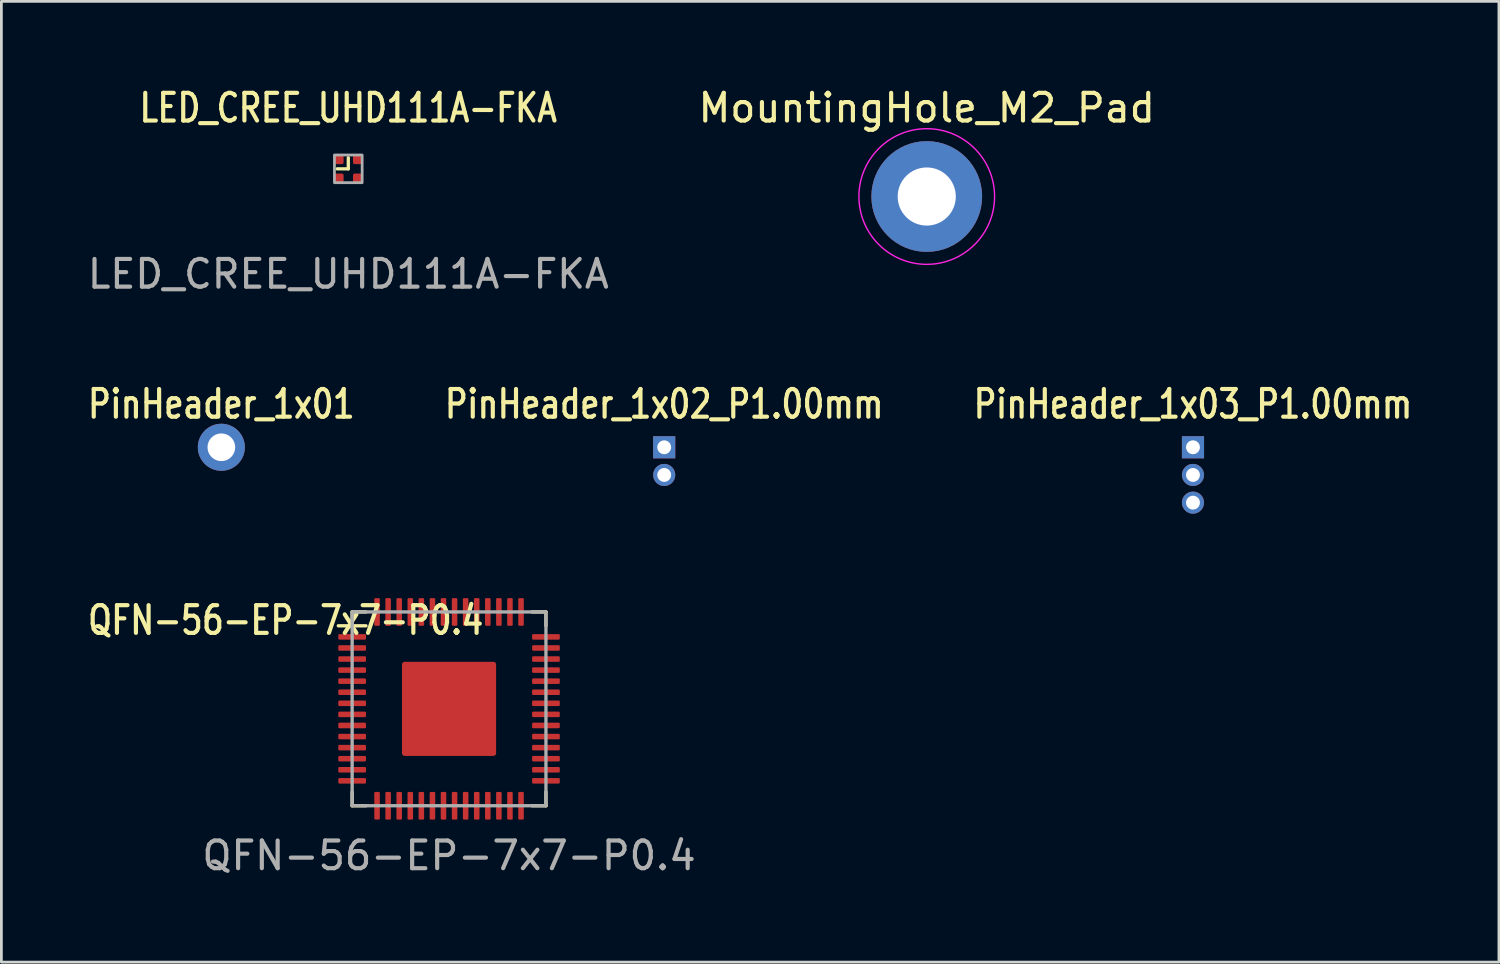
<source format=kicad_pcb>
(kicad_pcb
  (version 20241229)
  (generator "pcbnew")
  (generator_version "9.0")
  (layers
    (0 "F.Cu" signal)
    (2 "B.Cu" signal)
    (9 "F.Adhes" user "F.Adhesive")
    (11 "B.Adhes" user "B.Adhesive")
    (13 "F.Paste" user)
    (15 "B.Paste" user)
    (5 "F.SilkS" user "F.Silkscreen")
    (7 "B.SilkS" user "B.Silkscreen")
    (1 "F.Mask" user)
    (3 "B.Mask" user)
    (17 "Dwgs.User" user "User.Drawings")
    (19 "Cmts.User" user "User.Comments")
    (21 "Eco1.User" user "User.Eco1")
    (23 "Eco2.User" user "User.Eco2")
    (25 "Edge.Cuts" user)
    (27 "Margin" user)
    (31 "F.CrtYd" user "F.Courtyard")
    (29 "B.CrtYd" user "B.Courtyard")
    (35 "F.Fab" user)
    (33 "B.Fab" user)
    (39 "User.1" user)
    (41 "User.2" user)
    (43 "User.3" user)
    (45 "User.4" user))
  (footprint "LED_CREE_UHD111A-FKA"
    (layer "F.Cu")
    (at 9.53 3.048)
    (property "Reference" "LED_CREE_UHD111A-FKA" (at 0 -2.2 0) (unlocked yes) (layer "F.SilkS") (effects (font (size 1 0.8) (thickness 0.15))))
    (attr smd)
    (fp_line (start -0.4 0) (end 0 0) (stroke (width 0.12) (type default)) (layer "F.SilkS"))
    (fp_line (start 0 0) (end 0 -0.4) (stroke (width 0.12) (type default)) (layer "F.SilkS"))
    (fp_rect (start -0.5 -0.5) (end 0.5 0.5) (stroke (width 0.1) (type default)) (fill no) (layer "F.Fab"))
    (fp_text user "${REFERENCE}" (at 0 3.8 0) (unlocked yes) (layer "F.Fab") (effects (font (size 1 1) (thickness 0.15))))
    (pad "1" smd roundrect (at -0.33 -0.33) (size 0.32 0.32) (layers "F.Cu" "F.Mask" "F.Paste") (roundrect_rratio 0.2))
    (pad "2" smd roundrect (at -0.33 0.33) (size 0.32 0.32) (layers "F.Cu" "F.Mask" "F.Paste") (roundrect_rratio 0.2))
    (pad "3" smd roundrect (at 0.33 0.33) (size 0.32 0.32) (layers "F.Cu" "F.Mask" "F.Paste") (roundrect_rratio 0.2))
    (pad "4" smd roundrect (at 0.33 -0.33) (size 0.32 0.32) (layers "F.Cu" "F.Mask" "F.Paste") (roundrect_rratio 0.2)))
  (footprint "QFN-56-EP-7x7-P0.4"
    (layer "F.Cu")
    (at 13.169 22.553)
    (property "Reference" "QFN-56-EP-7x7-P0.4" (at -5.9 -3.2 0) (unlocked yes) (layer "F.SilkS") (effects (font (size 1 0.8) (thickness 0.15))))
    (attr smd)
    (fp_line (start -4 -3) (end -3 -3) (stroke (width 0.12) (type default)) (layer "F.SilkS"))
    (fp_line (start -3.5 -3.5) (end -3 -3.5) (stroke (width 0.12) (type default)) (layer "F.SilkS"))
    (fp_line (start -3.5 -3) (end -3.5 -3.5) (stroke (width 0.12) (type default)) (layer "F.SilkS"))
    (fp_line (start -3.5 3.5) (end -3.5 3) (stroke (width 0.12) (type default)) (layer "F.SilkS"))
    (fp_line (start -3 3.5) (end -3.5 3.5) (stroke (width 0.12) (type default)) (layer "F.SilkS"))
    (fp_line (start 3 -3.5) (end 3.5 -3.5) (stroke (width 0.12) (type default)) (layer "F.SilkS"))
    (fp_line (start 3.5 -3.5) (end 3.5 -3) (stroke (width 0.12) (type default)) (layer "F.SilkS"))
    (fp_line (start 3.5 3) (end 3.5 3.5) (stroke (width 0.12) (type default)) (layer "F.SilkS"))
    (fp_line (start 3.5 3.5) (end 3 3.5) (stroke (width 0.12) (type default)) (layer "F.SilkS"))
    (fp_rect (start -3.5 -3.5) (end 3.5 3.5) (stroke (width 0.12) (type default)) (fill no) (layer "F.Fab"))
    (fp_text user "${REFERENCE}" (at 0 5.3 0) (unlocked yes) (layer "F.Fab") (effects (font (size 1 1) (thickness 0.15))))
    (pad "1" smd roundrect (at -3.5 -2.6) (size 1 0.2) (layers "F.Cu" "F.Mask" "F.Paste") (roundrect_rratio 0.2))
    (pad "2" smd roundrect (at -3.5 -2.2) (size 1 0.2) (layers "F.Cu" "F.Mask" "F.Paste") (roundrect_rratio 0.2))
    (pad "3" smd roundrect (at -3.5 -1.8) (size 1 0.2) (layers "F.Cu" "F.Mask" "F.Paste") (roundrect_rratio 0.2))
    (pad "4" smd roundrect (at -3.5 -1.4) (size 1 0.2) (layers "F.Cu" "F.Mask" "F.Paste") (roundrect_rratio 0.2))
    (pad "5" smd roundrect (at -3.5 -1) (size 1 0.2) (layers "F.Cu" "F.Mask" "F.Paste") (roundrect_rratio 0.2))
    (pad "6" smd roundrect (at -3.5 -0.6) (size 1 0.2) (layers "F.Cu" "F.Mask" "F.Paste") (roundrect_rratio 0.2))
    (pad "7" smd roundrect (at -3.5 -0.2) (size 1 0.2) (layers "F.Cu" "F.Mask" "F.Paste") (roundrect_rratio 0.2))
    (pad "8" smd roundrect (at -3.5 0.2) (size 1 0.2) (layers "F.Cu" "F.Mask" "F.Paste") (roundrect_rratio 0.2))
    (pad "9" smd roundrect (at -3.5 0.6) (size 1 0.2) (layers "F.Cu" "F.Mask" "F.Paste") (roundrect_rratio 0.2))
    (pad "10" smd roundrect (at -3.5 1) (size 1 0.2) (layers "F.Cu" "F.Mask" "F.Paste") (roundrect_rratio 0.2))
    (pad "11" smd roundrect (at -3.5 1.4) (size 1 0.2) (layers "F.Cu" "F.Mask" "F.Paste") (roundrect_rratio 0.2))
    (pad "12" smd roundrect (at -3.5 1.8) (size 1 0.2) (layers "F.Cu" "F.Mask" "F.Paste") (roundrect_rratio 0.2))
    (pad "13" smd roundrect (at -3.5 2.2) (size 1 0.2) (layers "F.Cu" "F.Mask" "F.Paste") (roundrect_rratio 0.2))
    (pad "14" smd roundrect (at -3.5 2.6) (size 1 0.2) (layers "F.Cu" "F.Mask" "F.Paste") (roundrect_rratio 0.2))
    (pad "15" smd roundrect (at -2.6 3.5 90) (size 1 0.2) (layers "F.Cu" "F.Mask" "F.Paste") (roundrect_rratio 0.2))
    (pad "16" smd roundrect (at -2.2 3.5 90) (size 1 0.2) (layers "F.Cu" "F.Mask" "F.Paste") (roundrect_rratio 0.2))
    (pad "17" smd roundrect (at -1.8 3.5 90) (size 1 0.2) (layers "F.Cu" "F.Mask" "F.Paste") (roundrect_rratio 0.2))
    (pad "18" smd roundrect (at -1.4 3.5 90) (size 1 0.2) (layers "F.Cu" "F.Mask" "F.Paste") (roundrect_rratio 0.2))
    (pad "19" smd roundrect (at -1 3.5 90) (size 1 0.2) (layers "F.Cu" "F.Mask" "F.Paste") (roundrect_rratio 0.2))
    (pad "20" smd roundrect (at -0.6 3.5 90) (size 1 0.2) (layers "F.Cu" "F.Mask" "F.Paste") (roundrect_rratio 0.2))
    (pad "21" smd roundrect (at -0.2 3.5 90) (size 1 0.2) (layers "F.Cu" "F.Mask" "F.Paste") (roundrect_rratio 0.2))
    (pad "22" smd roundrect (at 0.2 3.5 90) (size 1 0.2) (layers "F.Cu" "F.Mask" "F.Paste") (roundrect_rratio 0.2))
    (pad "23" smd roundrect (at 0.6 3.5 90) (size 1 0.2) (layers "F.Cu" "F.Mask" "F.Paste") (roundrect_rratio 0.2))
    (pad "24" smd roundrect (at 1 3.5 90) (size 1 0.2) (layers "F.Cu" "F.Mask" "F.Paste") (roundrect_rratio 0.2))
    (pad "25" smd roundrect (at 1.4 3.5 90) (size 1 0.2) (layers "F.Cu" "F.Mask" "F.Paste") (roundrect_rratio 0.2))
    (pad "26" smd roundrect (at 1.8 3.5 90) (size 1 0.2) (layers "F.Cu" "F.Mask" "F.Paste") (roundrect_rratio 0.2))
    (pad "27" smd roundrect (at 2.2 3.5 90) (size 1 0.2) (layers "F.Cu" "F.Mask" "F.Paste") (roundrect_rratio 0.2))
    (pad "28" smd roundrect (at 2.6 3.5 90) (size 1 0.2) (layers "F.Cu" "F.Mask" "F.Paste") (roundrect_rratio 0.2))
    (pad "29" smd roundrect (at 3.5 2.6) (size 1 0.2) (layers "F.Cu" "F.Mask" "F.Paste") (roundrect_rratio 0.2))
    (pad "30" smd roundrect (at 3.5 2.2) (size 1 0.2) (layers "F.Cu" "F.Mask" "F.Paste") (roundrect_rratio 0.2))
    (pad "31" smd roundrect (at 3.5 1.8) (size 1 0.2) (layers "F.Cu" "F.Mask" "F.Paste") (roundrect_rratio 0.2))
    (pad "32" smd roundrect (at 3.5 1.4) (size 1 0.2) (layers "F.Cu" "F.Mask" "F.Paste") (roundrect_rratio 0.2))
    (pad "33" smd roundrect (at 3.5 1) (size 1 0.2) (layers "F.Cu" "F.Mask" "F.Paste") (roundrect_rratio 0.2))
    (pad "34" smd roundrect (at 3.5 0.6) (size 1 0.2) (layers "F.Cu" "F.Mask" "F.Paste") (roundrect_rratio 0.2))
    (pad "35" smd roundrect (at 3.5 0.2) (size 1 0.2) (layers "F.Cu" "F.Mask" "F.Paste") (roundrect_rratio 0.2))
    (pad "36" smd roundrect (at 3.5 -0.2) (size 1 0.2) (layers "F.Cu" "F.Mask" "F.Paste") (roundrect_rratio 0.2))
    (pad "37" smd roundrect (at 3.5 -0.6) (size 1 0.2) (layers "F.Cu" "F.Mask" "F.Paste") (roundrect_rratio 0.2))
    (pad "38" smd roundrect (at 3.5 -1) (size 1 0.2) (layers "F.Cu" "F.Mask" "F.Paste") (roundrect_rratio 0.2))
    (pad "39" smd roundrect (at 3.5 -1.4) (size 1 0.2) (layers "F.Cu" "F.Mask" "F.Paste") (roundrect_rratio 0.2))
    (pad "40" smd roundrect (at 3.5 -1.8) (size 1 0.2) (layers "F.Cu" "F.Mask" "F.Paste") (roundrect_rratio 0.2))
    (pad "41" smd roundrect (at 3.5 -2.2) (size 1 0.2) (layers "F.Cu" "F.Mask" "F.Paste") (roundrect_rratio 0.2))
    (pad "42" smd roundrect (at 3.5 -2.6) (size 1 0.2) (layers "F.Cu" "F.Mask" "F.Paste") (roundrect_rratio 0.2))
    (pad "43" smd roundrect (at 2.6 -3.5 90) (size 1 0.2) (layers "F.Cu" "F.Mask" "F.Paste") (roundrect_rratio 0.2))
    (pad "44" smd roundrect (at 2.2 -3.5 90) (size 1 0.2) (layers "F.Cu" "F.Mask" "F.Paste") (roundrect_rratio 0.2))
    (pad "45" smd roundrect (at 1.8 -3.5 90) (size 1 0.2) (layers "F.Cu" "F.Mask" "F.Paste") (roundrect_rratio 0.2))
    (pad "46" smd roundrect (at 1.4 -3.5 90) (size 1 0.2) (layers "F.Cu" "F.Mask" "F.Paste") (roundrect_rratio 0.2))
    (pad "47" smd roundrect (at 1 -3.5 90) (size 1 0.2) (layers "F.Cu" "F.Mask" "F.Paste") (roundrect_rratio 0.2))
    (pad "48" smd roundrect (at 0.6 -3.5 90) (size 1 0.2) (layers "F.Cu" "F.Mask" "F.Paste") (roundrect_rratio 0.2))
    (pad "49" smd roundrect (at 0.2 -3.5 90) (size 1 0.2) (layers "F.Cu" "F.Mask" "F.Paste") (roundrect_rratio 0.2))
    (pad "50" smd roundrect (at -0.2 -3.5 90) (size 1 0.2) (layers "F.Cu" "F.Mask" "F.Paste") (roundrect_rratio 0.2))
    (pad "51" smd roundrect (at -0.6 -3.5 90) (size 1 0.2) (layers "F.Cu" "F.Mask" "F.Paste") (roundrect_rratio 0.2))
    (pad "52" smd roundrect (at -1 -3.5 90) (size 1 0.2) (layers "F.Cu" "F.Mask" "F.Paste") (roundrect_rratio 0.2))
    (pad "53" smd roundrect (at -1.4 -3.5 90) (size 1 0.2) (layers "F.Cu" "F.Mask" "F.Paste") (roundrect_rratio 0.2))
    (pad "54" smd roundrect (at -1.8 -3.5 90) (size 1 0.2) (layers "F.Cu" "F.Mask" "F.Paste") (roundrect_rratio 0.2))
    (pad "55" smd roundrect (at -2.2 -3.5 90) (size 1 0.2) (layers "F.Cu" "F.Mask" "F.Paste") (roundrect_rratio 0.2))
    (pad "56" smd roundrect (at -2.6 -3.5 90) (size 1 0.2) (layers "F.Cu" "F.Mask" "F.Paste") (roundrect_rratio 0.2))
    (pad "EP" smd roundrect (at 0 0 90) (size 3.4 3.4) (layers "F.Cu" "F.Mask" "F.Paste") (roundrect_rratio 0.029)))
  (footprint "PinHeader_1x02_P1.00mm"
    (layer "F.Cu")
    (at 20.94 13.105)
    (property "Reference" "PinHeader_1x02_P1.00mm" (at 0 -1.56 0) (layer "F.SilkS") (effects (font (size 1 0.8) (thickness 0.15))))
    (attr through_hole)
    (pad "1" thru_hole rect (at 0 0) (size 0.8 0.8) (drill 0.5) (layers "*.Cu" "*.Mask"))
    (pad "2" thru_hole oval (at 0 1) (size 0.8 0.8) (drill 0.5) (layers "*.Cu" "*.Mask")))
  (footprint "MountingHole_M2_Pad"
    (layer "F.Cu")
    (at 30.423 4.048)
    (property "Reference" "MountingHole_M2_Pad" (at 0 -3.2 0) (layer "F.SilkS") (effects (font (size 1 1) (thickness 0.15))))
    (attr exclude_from_pos_files exclude_from_bom)
    (fp_circle (center 0 0) (end 2.45 0) (stroke (width 0.05) (type solid)) (fill no) (layer "F.CrtYd"))
    (pad "1" thru_hole circle (at 0 0) (size 4 4) (drill 2.1) (layers "*.Cu" "*.Mask")))
  (footprint "PinHeader_1x03_P1.00mm"
    (layer "F.Cu")
    (at 40.039 13.105)
    (property "Reference" "PinHeader_1x03_P1.00mm" (at 0 -1.56 0) (layer "F.SilkS") (effects (font (size 1 0.8) (thickness 0.15))))
    (attr through_hole)
    (pad "1" thru_hole rect (at 0 0) (size 0.8 0.8) (drill 0.5) (layers "*.Cu" "*.Mask"))
    (pad "2" thru_hole oval (at 0 1) (size 0.8 0.8) (drill 0.5) (layers "*.Cu" "*.Mask"))
    (pad "3" thru_hole oval (at 0 2) (size 0.8 0.8) (drill 0.5) (layers "*.Cu" "*.Mask")))
  (footprint "PinHeader_1x01"
    (layer "F.Cu")
    (at 4.945 13.105)
    (property "Reference" "PinHeader_1x01" (at 0 -1.56 0) (layer "F.SilkS") (effects (font (size 1 0.8) (thickness 0.15))))
    (attr through_hole)
    (pad "1" thru_hole circle (at 0 0) (size 1.7 1.7) (drill 1) (layers "*.Cu" "*.Mask")))
  (gr_rect
    (start -3 -3)
    (end 51.089 31.701)
    (stroke (width 0.1) (type default))
    (fill no)
    (layer "Edge.Cuts")))
</source>
